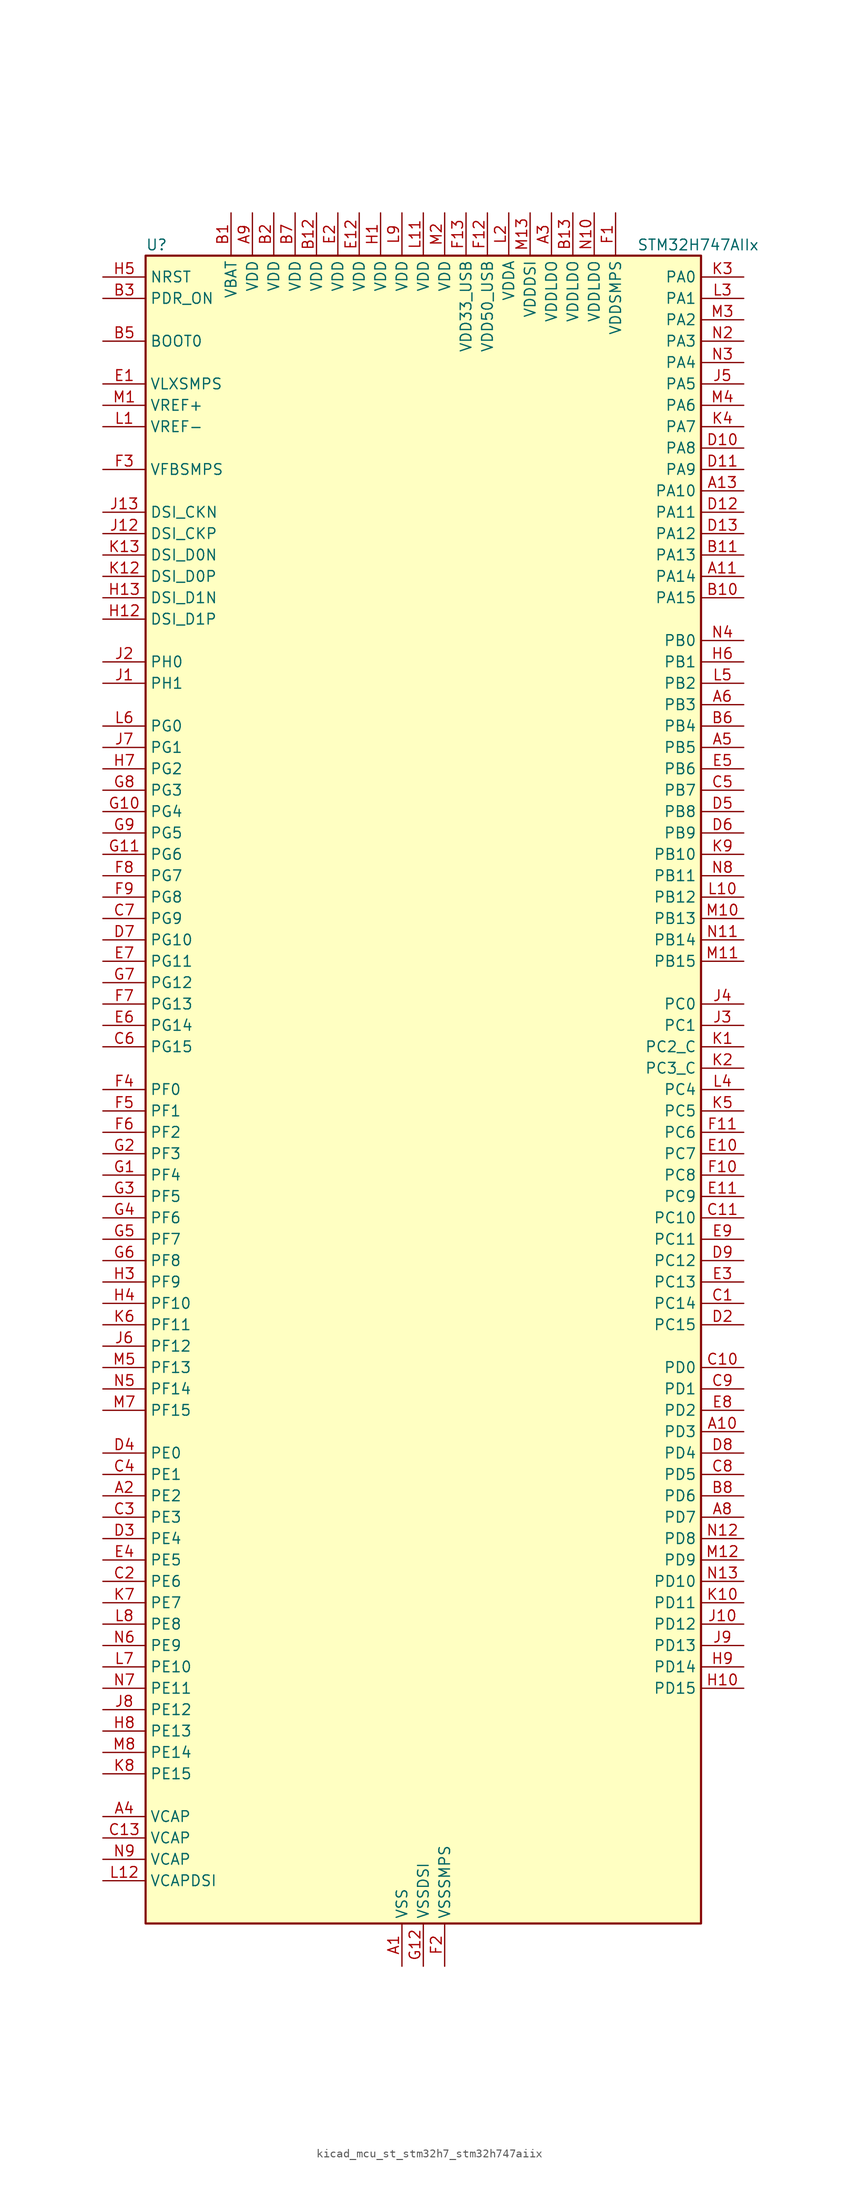
<source format=kicad_sym>
(kicad_symbol_lib
  (version 20220914)
  (generator kicad_symbol_editor)
  (symbol "kicad_mcu_st_stm32h7_stm32h747aiix"
    (property "Reference" "U"
      (at -33.02 100.33 0)
      (effects (font (size 1.27 1.27)) (justify left)))
    (property "Value" "STM32H747AIIx"
      (at 25.4 100.33 0)
      (effects (font (size 1.27 1.27)) (justify left)))
    (property "ki_locked" ""
      (at 0 0 0)
      (effects (font (size 1.27 1.27))))
    (symbol "kicad_mcu_st_stm32h7_stm32h747aiix_0_1"
      (rectangle (start -33.02 -99.06) (end 33.02 99.06) (stroke (width 0.254) (type default)) (fill (type background))))
    (symbol "kicad_mcu_st_stm32h7_stm32h747aiix_1_1"
      (pin power_in line (at -2.54 -104.14 90) (length 5.08) (name "VSS" (effects (font (size 1.27 1.27)))) (number "A1" (effects (font (size 1.27 1.27)))))
      (pin bidirectional line (at 38.1 -40.64 180) (length 5.08) (name "PD3" (effects (font (size 1.27 1.27)))) (number "A10" (effects (font (size 1.27 1.27)))) (alternate "DCMI_D5" bidirectional line) (alternate "DFSDM1_CKOUT" bidirectional line) (alternate "FMC_CLK" bidirectional line) (alternate "I2S2_CK" bidirectional line) (alternate "LTDC_G7" bidirectional line) (alternate "SPI2_SCK" bidirectional line) (alternate "USART2_CTS" bidirectional line) (alternate "USART2_NSS" bidirectional line))
      (pin bidirectional line (at 38.1 60.96 180) (length 5.08) (name "PA14" (effects (font (size 1.27 1.27)))) (number "A11" (effects (font (size 1.27 1.27)))) (alternate "DEBUG_JTCK-SWCLK" bidirectional line))
      (pin passive line (at -2.54 -104.14 90) (length 5.08) hide (name "VSS" (effects (font (size 1.27 1.27)))) (number "A12" (effects (font (size 1.27 1.27)))))
      (pin bidirectional line (at 38.1 71.12 180) (length 5.08) (name "PA10" (effects (font (size 1.27 1.27)))) (number "A13" (effects (font (size 1.27 1.27)))) (alternate "DCMI_D1" bidirectional line) (alternate "HRTIM_CHC2" bidirectional line) (alternate "LPUART1_RX" bidirectional line) (alternate "LTDC_B1" bidirectional line) (alternate "LTDC_B4" bidirectional line) (alternate "MDIOS_MDIO" bidirectional line) (alternate "TIM1_CH3" bidirectional line) (alternate "USART1_RX" bidirectional line) (alternate "USB_OTG_FS_ID" bidirectional line))
      (pin bidirectional line (at -38.1 -48.26 0) (length 5.08) (name "PE2" (effects (font (size 1.27 1.27)))) (number "A2" (effects (font (size 1.27 1.27)))) (alternate "DEBUG_TRACECLK" bidirectional line) (alternate "ETH_TXD3" bidirectional line) (alternate "FMC_A23" bidirectional line) (alternate "QUADSPI_BK1_IO2" bidirectional line) (alternate "SAI1_CK1" bidirectional line) (alternate "SAI1_MCLK_A" bidirectional line) (alternate "SAI4_CK1" bidirectional line) (alternate "SAI4_MCLK_A" bidirectional line) (alternate "SPI4_SCK" bidirectional line))
      (pin power_in line (at 15.24 104.14 270) (length 5.08) (name "VDDLDO" (effects (font (size 1.27 1.27)))) (number "A3" (effects (font (size 1.27 1.27)))))
      (pin power_out line (at -38.1 -86.36 0) (length 5.08) (name "VCAP" (effects (font (size 1.27 1.27)))) (number "A4" (effects (font (size 1.27 1.27)))))
      (pin bidirectional line (at 38.1 40.64 180) (length 5.08) (name "PB5" (effects (font (size 1.27 1.27)))) (number "A5" (effects (font (size 1.27 1.27)))) (alternate "DCMI_D10" bidirectional line) (alternate "ETH_PPS_OUT" bidirectional line) (alternate "FDCAN2_RX" bidirectional line) (alternate "FMC_SDCKE1" bidirectional line) (alternate "HRTIM_EEV7" bidirectional line) (alternate "I2C1_SMBA" bidirectional line) (alternate "I2C4_SMBA" bidirectional line) (alternate "I2S1_SDO" bidirectional line) (alternate "I2S3_SDO" bidirectional line) (alternate "SPI1_MOSI" bidirectional line) (alternate "SPI3_MOSI" bidirectional line) (alternate "SPI6_MOSI" bidirectional line) (alternate "TIM17_BKIN" bidirectional line) (alternate "TIM3_CH2" bidirectional line) (alternate "UART5_RX" bidirectional line) (alternate "USB_OTG_HS_ULPI_D7" bidirectional line))
      (pin bidirectional line (at 38.1 45.72 180) (length 5.08) (name "PB3" (effects (font (size 1.27 1.27)))) (number "A6" (effects (font (size 1.27 1.27)))) (alternate "CRS_SYNC" bidirectional line) (alternate "DEBUG_JTDO-SWO" bidirectional line) (alternate "HRTIM_FLT4" bidirectional line) (alternate "I2S1_CK" bidirectional line) (alternate "I2S3_CK" bidirectional line) (alternate "SDMMC2_D2" bidirectional line) (alternate "SPI1_SCK" bidirectional line) (alternate "SPI3_SCK" bidirectional line) (alternate "SPI6_SCK" bidirectional line) (alternate "TIM2_CH2" bidirectional line) (alternate "UART7_RX" bidirectional line))
      (pin passive line (at -2.54 -104.14 90) (length 5.08) hide (name "VSS" (effects (font (size 1.27 1.27)))) (number "A7" (effects (font (size 1.27 1.27)))))
      (pin bidirectional line (at 38.1 -50.8 180) (length 5.08) (name "PD7" (effects (font (size 1.27 1.27)))) (number "A8" (effects (font (size 1.27 1.27)))) (alternate "DFSDM1_CKIN1" bidirectional line) (alternate "DFSDM1_DATIN4" bidirectional line) (alternate "FMC_NE1" bidirectional line) (alternate "I2S1_SDO" bidirectional line) (alternate "SDMMC2_CMD" bidirectional line) (alternate "SPDIFRX1_IN0" bidirectional line) (alternate "SPI1_MOSI" bidirectional line) (alternate "USART2_CK" bidirectional line))
      (pin power_in line (at -20.32 104.14 270) (length 5.08) (name "VDD" (effects (font (size 1.27 1.27)))) (number "A9" (effects (font (size 1.27 1.27)))))
      (pin power_in line (at -22.86 104.14 270) (length 5.08) (name "VBAT" (effects (font (size 1.27 1.27)))) (number "B1" (effects (font (size 1.27 1.27)))))
      (pin bidirectional line (at 38.1 58.42 180) (length 5.08) (name "PA15" (effects (font (size 1.27 1.27)))) (number "B10" (effects (font (size 1.27 1.27)))) (alternate "ADC1_EXTI15" bidirectional line) (alternate "ADC2_EXTI15" bidirectional line) (alternate "ADC3_EXTI15" bidirectional line) (alternate "CEC" bidirectional line) (alternate "DEBUG_JTDI" bidirectional line) (alternate "DSIHOST_TE" bidirectional line) (alternate "HRTIM_FLT1" bidirectional line) (alternate "I2S1_WS" bidirectional line) (alternate "I2S3_WS" bidirectional line) (alternate "SPI1_NSS" bidirectional line) (alternate "SPI3_NSS" bidirectional line) (alternate "SPI6_NSS" bidirectional line) (alternate "TIM2_CH1" bidirectional line) (alternate "TIM2_ETR" bidirectional line) (alternate "UART4_DE" bidirectional line) (alternate "UART4_RTS" bidirectional line) (alternate "UART7_TX" bidirectional line))
      (pin bidirectional line (at 38.1 63.5 180) (length 5.08) (name "PA13" (effects (font (size 1.27 1.27)))) (number "B11" (effects (font (size 1.27 1.27)))) (alternate "DEBUG_JTMS-SWDIO" bidirectional line))
      (pin power_in line (at -12.7 104.14 270) (length 5.08) (name "VDD" (effects (font (size 1.27 1.27)))) (number "B12" (effects (font (size 1.27 1.27)))))
      (pin power_in line (at 17.78 104.14 270) (length 5.08) (name "VDDLDO" (effects (font (size 1.27 1.27)))) (number "B13" (effects (font (size 1.27 1.27)))))
      (pin power_in line (at -17.78 104.14 270) (length 5.08) (name "VDD" (effects (font (size 1.27 1.27)))) (number "B2" (effects (font (size 1.27 1.27)))))
      (pin input line (at -38.1 93.98 0) (length 5.08) (name "PDR_ON" (effects (font (size 1.27 1.27)))) (number "B3" (effects (font (size 1.27 1.27)))))
      (pin passive line (at -2.54 -104.14 90) (length 5.08) hide (name "VSS" (effects (font (size 1.27 1.27)))) (number "B4" (effects (font (size 1.27 1.27)))))
      (pin input line (at -38.1 88.9 0) (length 5.08) (name "BOOT0" (effects (font (size 1.27 1.27)))) (number "B5" (effects (font (size 1.27 1.27)))))
      (pin bidirectional line (at 38.1 43.18 180) (length 5.08) (name "PB4" (effects (font (size 1.27 1.27)))) (number "B6" (effects (font (size 1.27 1.27)))) (alternate "DEBUG_JTRST" bidirectional line) (alternate "HRTIM_EEV6" bidirectional line) (alternate "I2S1_SDI" bidirectional line) (alternate "I2S2_WS" bidirectional line) (alternate "I2S3_SDI" bidirectional line) (alternate "SDMMC2_D3" bidirectional line) (alternate "SPI1_MISO" bidirectional line) (alternate "SPI2_NSS" bidirectional line) (alternate "SPI3_MISO" bidirectional line) (alternate "SPI6_MISO" bidirectional line) (alternate "TIM16_BKIN" bidirectional line) (alternate "TIM3_CH1" bidirectional line) (alternate "UART7_TX" bidirectional line))
      (pin power_in line (at -15.24 104.14 270) (length 5.08) (name "VDD" (effects (font (size 1.27 1.27)))) (number "B7" (effects (font (size 1.27 1.27)))))
      (pin bidirectional line (at 38.1 -48.26 180) (length 5.08) (name "PD6" (effects (font (size 1.27 1.27)))) (number "B8" (effects (font (size 1.27 1.27)))) (alternate "DCMI_D10" bidirectional line) (alternate "DFSDM1_CKIN4" bidirectional line) (alternate "DFSDM1_DATIN1" bidirectional line) (alternate "FMC_NWAIT" bidirectional line) (alternate "I2S3_SDO" bidirectional line) (alternate "LTDC_B2" bidirectional line) (alternate "SAI1_D1" bidirectional line) (alternate "SAI1_SD_A" bidirectional line) (alternate "SAI4_D1" bidirectional line) (alternate "SAI4_SD_A" bidirectional line) (alternate "SDMMC2_CK" bidirectional line) (alternate "SPI3_MOSI" bidirectional line) (alternate "USART2_RX" bidirectional line))
      (pin passive line (at -2.54 -104.14 90) (length 5.08) hide (name "VSS" (effects (font (size 1.27 1.27)))) (number "B9" (effects (font (size 1.27 1.27)))))
      (pin bidirectional line (at 38.1 -25.4 180) (length 5.08) (name "PC14" (effects (font (size 1.27 1.27)))) (number "C1" (effects (font (size 1.27 1.27)))) (alternate "RCC_OSC32_IN" bidirectional line))
      (pin bidirectional line (at 38.1 -33.02 180) (length 5.08) (name "PD0" (effects (font (size 1.27 1.27)))) (number "C10" (effects (font (size 1.27 1.27)))) (alternate "DFSDM1_CKIN6" bidirectional line) (alternate "FDCAN1_RX" bidirectional line) (alternate "FMC_D2" bidirectional line) (alternate "FMC_DA2" bidirectional line) (alternate "SAI3_SCK_A" bidirectional line) (alternate "UART4_RX" bidirectional line))
      (pin bidirectional line (at 38.1 -15.24 180) (length 5.08) (name "PC10" (effects (font (size 1.27 1.27)))) (number "C11" (effects (font (size 1.27 1.27)))) (alternate "DCMI_D8" bidirectional line) (alternate "DFSDM1_CKIN5" bidirectional line) (alternate "HRTIM_EEV1" bidirectional line) (alternate "I2S3_CK" bidirectional line) (alternate "LTDC_R2" bidirectional line) (alternate "QUADSPI_BK1_IO1" bidirectional line) (alternate "SDMMC1_D2" bidirectional line) (alternate "SPI3_SCK" bidirectional line) (alternate "UART4_TX" bidirectional line) (alternate "USART3_TX" bidirectional line))
      (pin passive line (at -2.54 -104.14 90) (length 5.08) hide (name "VSS" (effects (font (size 1.27 1.27)))) (number "C12" (effects (font (size 1.27 1.27)))))
      (pin power_out line (at -38.1 -88.9 0) (length 5.08) (name "VCAP" (effects (font (size 1.27 1.27)))) (number "C13" (effects (font (size 1.27 1.27)))))
      (pin bidirectional line (at -38.1 -58.42 0) (length 5.08) (name "PE6" (effects (font (size 1.27 1.27)))) (number "C2" (effects (font (size 1.27 1.27)))) (alternate "DCMI_D7" bidirectional line) (alternate "DEBUG_TRACED3" bidirectional line) (alternate "FMC_A22" bidirectional line) (alternate "LTDC_G1" bidirectional line) (alternate "SAI1_D1" bidirectional line) (alternate "SAI1_SD_A" bidirectional line) (alternate "SAI2_MCLK_B" bidirectional line) (alternate "SAI4_D1" bidirectional line) (alternate "SAI4_SD_A" bidirectional line) (alternate "SPI4_MOSI" bidirectional line) (alternate "TIM15_CH2" bidirectional line) (alternate "TIM1_BKIN2" bidirectional line) (alternate "TIM1_BKIN2_COMP1" bidirectional line) (alternate "TIM1_BKIN2_COMP2" bidirectional line))
      (pin bidirectional line (at -38.1 -50.8 0) (length 5.08) (name "PE3" (effects (font (size 1.27 1.27)))) (number "C3" (effects (font (size 1.27 1.27)))) (alternate "DEBUG_TRACED0" bidirectional line) (alternate "FMC_A19" bidirectional line) (alternate "SAI1_SD_B" bidirectional line) (alternate "SAI4_SD_B" bidirectional line) (alternate "TIM15_BKIN" bidirectional line))
      (pin bidirectional line (at -38.1 -45.72 0) (length 5.08) (name "PE1" (effects (font (size 1.27 1.27)))) (number "C4" (effects (font (size 1.27 1.27)))) (alternate "DCMI_D3" bidirectional line) (alternate "FMC_NBL1" bidirectional line) (alternate "HRTIM_SCOUT" bidirectional line) (alternate "LPTIM1_IN2" bidirectional line) (alternate "UART8_TX" bidirectional line))
      (pin bidirectional line (at 38.1 35.56 180) (length 5.08) (name "PB7" (effects (font (size 1.27 1.27)))) (number "C5" (effects (font (size 1.27 1.27)))) (alternate "DCMI_VSYNC" bidirectional line) (alternate "DFSDM1_CKIN5" bidirectional line) (alternate "FMC_NL" bidirectional line) (alternate "HRTIM_EEV9" bidirectional line) (alternate "I2C1_SDA" bidirectional line) (alternate "I2C4_SDA" bidirectional line) (alternate "LPUART1_RX" bidirectional line) (alternate "PWR_PVD_IN" bidirectional line) (alternate "TIM17_CH1N" bidirectional line) (alternate "TIM4_CH2" bidirectional line) (alternate "USART1_RX" bidirectional line))
      (pin bidirectional line (at -38.1 5.08 0) (length 5.08) (name "PG15" (effects (font (size 1.27 1.27)))) (number "C6" (effects (font (size 1.27 1.27)))) (alternate "ADC1_EXTI15" bidirectional line) (alternate "ADC2_EXTI15" bidirectional line) (alternate "ADC3_EXTI15" bidirectional line) (alternate "DCMI_D13" bidirectional line) (alternate "FMC_SDNCAS" bidirectional line) (alternate "USART6_CTS" bidirectional line) (alternate "USART6_NSS" bidirectional line))
      (pin bidirectional line (at -38.1 20.32 0) (length 5.08) (name "PG9" (effects (font (size 1.27 1.27)))) (number "C7" (effects (font (size 1.27 1.27)))) (alternate "DAC1_EXTI9" bidirectional line) (alternate "DCMI_VSYNC" bidirectional line) (alternate "FMC_NCE" bidirectional line) (alternate "FMC_NE2" bidirectional line) (alternate "I2S1_SDI" bidirectional line) (alternate "QUADSPI_BK2_IO2" bidirectional line) (alternate "SAI2_FS_B" bidirectional line) (alternate "SPDIFRX1_IN3" bidirectional line) (alternate "SPI1_MISO" bidirectional line) (alternate "USART6_RX" bidirectional line))
      (pin bidirectional line (at 38.1 -45.72 180) (length 5.08) (name "PD5" (effects (font (size 1.27 1.27)))) (number "C8" (effects (font (size 1.27 1.27)))) (alternate "FMC_NWE" bidirectional line) (alternate "HRTIM_EEV3" bidirectional line) (alternate "USART2_TX" bidirectional line))
      (pin bidirectional line (at 38.1 -35.56 180) (length 5.08) (name "PD1" (effects (font (size 1.27 1.27)))) (number "C9" (effects (font (size 1.27 1.27)))) (alternate "DFSDM1_DATIN6" bidirectional line) (alternate "FDCAN1_TX" bidirectional line) (alternate "FMC_D3" bidirectional line) (alternate "FMC_DA3" bidirectional line) (alternate "SAI3_SD_A" bidirectional line) (alternate "UART4_TX" bidirectional line))
      (pin passive line (at -2.54 -104.14 90) (length 5.08) hide (name "VSS" (effects (font (size 1.27 1.27)))) (number "D1" (effects (font (size 1.27 1.27)))))
      (pin bidirectional line (at 38.1 76.2 180) (length 5.08) (name "PA8" (effects (font (size 1.27 1.27)))) (number "D10" (effects (font (size 1.27 1.27)))) (alternate "HRTIM_CHB2" bidirectional line) (alternate "I2C3_SCL" bidirectional line) (alternate "LTDC_B3" bidirectional line) (alternate "LTDC_R6" bidirectional line) (alternate "RCC_MCO_1" bidirectional line) (alternate "TIM1_CH1" bidirectional line) (alternate "TIM8_BKIN2" bidirectional line) (alternate "TIM8_BKIN2_COMP1" bidirectional line) (alternate "TIM8_BKIN2_COMP2" bidirectional line) (alternate "UART7_RX" bidirectional line) (alternate "USART1_CK" bidirectional line) (alternate "USB_OTG_FS_SOF" bidirectional line))
      (pin bidirectional line (at 38.1 73.66 180) (length 5.08) (name "PA9" (effects (font (size 1.27 1.27)))) (number "D11" (effects (font (size 1.27 1.27)))) (alternate "DAC1_EXTI9" bidirectional line) (alternate "DCMI_D0" bidirectional line) (alternate "HRTIM_CHC1" bidirectional line) (alternate "I2C3_SMBA" bidirectional line) (alternate "I2S2_CK" bidirectional line) (alternate "LPUART1_TX" bidirectional line) (alternate "LTDC_R5" bidirectional line) (alternate "SPI2_SCK" bidirectional line) (alternate "TIM1_CH2" bidirectional line) (alternate "USART1_TX" bidirectional line) (alternate "USB_OTG_FS_VBUS" bidirectional line))
      (pin bidirectional line (at 38.1 68.58 180) (length 5.08) (name "PA11" (effects (font (size 1.27 1.27)))) (number "D12" (effects (font (size 1.27 1.27)))) (alternate "ADC1_EXTI11" bidirectional line) (alternate "ADC2_EXTI11" bidirectional line) (alternate "ADC3_EXTI11" bidirectional line) (alternate "FDCAN1_RX" bidirectional line) (alternate "HRTIM_CHD1" bidirectional line) (alternate "I2S2_WS" bidirectional line) (alternate "LPUART1_CTS" bidirectional line) (alternate "LTDC_R4" bidirectional line) (alternate "SPI2_NSS" bidirectional line) (alternate "TIM1_CH4" bidirectional line) (alternate "UART4_RX" bidirectional line) (alternate "USART1_CTS" bidirectional line) (alternate "USART1_NSS" bidirectional line) (alternate "USB_OTG_FS_DM" bidirectional line))
      (pin bidirectional line (at 38.1 66.04 180) (length 5.08) (name "PA12" (effects (font (size 1.27 1.27)))) (number "D13" (effects (font (size 1.27 1.27)))) (alternate "FDCAN1_TX" bidirectional line) (alternate "HRTIM_CHD2" bidirectional line) (alternate "I2S2_CK" bidirectional line) (alternate "LPUART1_DE" bidirectional line) (alternate "LPUART1_RTS" bidirectional line) (alternate "LTDC_R5" bidirectional line) (alternate "SAI2_FS_B" bidirectional line) (alternate "SPI2_SCK" bidirectional line) (alternate "TIM1_ETR" bidirectional line) (alternate "UART4_TX" bidirectional line) (alternate "USART1_DE" bidirectional line) (alternate "USART1_RTS" bidirectional line) (alternate "USB_OTG_FS_DP" bidirectional line))
      (pin bidirectional line (at 38.1 -27.94 180) (length 5.08) (name "PC15" (effects (font (size 1.27 1.27)))) (number "D2" (effects (font (size 1.27 1.27)))) (alternate "ADC1_EXTI15" bidirectional line) (alternate "ADC2_EXTI15" bidirectional line) (alternate "ADC3_EXTI15" bidirectional line) (alternate "RCC_OSC32_OUT" bidirectional line))
      (pin bidirectional line (at -38.1 -53.34 0) (length 5.08) (name "PE4" (effects (font (size 1.27 1.27)))) (number "D3" (effects (font (size 1.27 1.27)))) (alternate "DCMI_D4" bidirectional line) (alternate "DEBUG_TRACED1" bidirectional line) (alternate "DFSDM1_DATIN3" bidirectional line) (alternate "FMC_A20" bidirectional line) (alternate "LTDC_B0" bidirectional line) (alternate "SAI1_D2" bidirectional line) (alternate "SAI1_FS_A" bidirectional line) (alternate "SAI4_D2" bidirectional line) (alternate "SAI4_FS_A" bidirectional line) (alternate "SPI4_NSS" bidirectional line) (alternate "TIM15_CH1N" bidirectional line))
      (pin bidirectional line (at -38.1 -43.18 0) (length 5.08) (name "PE0" (effects (font (size 1.27 1.27)))) (number "D4" (effects (font (size 1.27 1.27)))) (alternate "DCMI_D2" bidirectional line) (alternate "FMC_NBL0" bidirectional line) (alternate "HRTIM_SCIN" bidirectional line) (alternate "LPTIM1_ETR" bidirectional line) (alternate "LPTIM2_ETR" bidirectional line) (alternate "SAI2_MCLK_A" bidirectional line) (alternate "TIM4_ETR" bidirectional line) (alternate "UART8_RX" bidirectional line))
      (pin bidirectional line (at 38.1 33.02 180) (length 5.08) (name "PB8" (effects (font (size 1.27 1.27)))) (number "D5" (effects (font (size 1.27 1.27)))) (alternate "DCMI_D6" bidirectional line) (alternate "DFSDM1_CKIN7" bidirectional line) (alternate "ETH_TXD3" bidirectional line) (alternate "FDCAN1_RX" bidirectional line) (alternate "I2C1_SCL" bidirectional line) (alternate "I2C4_SCL" bidirectional line) (alternate "LTDC_B6" bidirectional line) (alternate "SDMMC1_CKIN" bidirectional line) (alternate "SDMMC1_D4" bidirectional line) (alternate "SDMMC2_D4" bidirectional line) (alternate "TIM16_CH1" bidirectional line) (alternate "TIM4_CH3" bidirectional line) (alternate "UART4_RX" bidirectional line))
      (pin bidirectional line (at 38.1 30.48 180) (length 5.08) (name "PB9" (effects (font (size 1.27 1.27)))) (number "D6" (effects (font (size 1.27 1.27)))) (alternate "DAC1_EXTI9" bidirectional line) (alternate "DCMI_D7" bidirectional line) (alternate "DFSDM1_DATIN7" bidirectional line) (alternate "FDCAN1_TX" bidirectional line) (alternate "I2C1_SDA" bidirectional line) (alternate "I2C4_SDA" bidirectional line) (alternate "I2C4_SMBA" bidirectional line) (alternate "I2S2_WS" bidirectional line) (alternate "LTDC_B7" bidirectional line) (alternate "SDMMC1_CDIR" bidirectional line) (alternate "SDMMC1_D5" bidirectional line) (alternate "SDMMC2_D5" bidirectional line) (alternate "SPI2_NSS" bidirectional line) (alternate "TIM17_CH1" bidirectional line) (alternate "TIM4_CH4" bidirectional line) (alternate "UART4_TX" bidirectional line))
      (pin bidirectional line (at -38.1 17.78 0) (length 5.08) (name "PG10" (effects (font (size 1.27 1.27)))) (number "D7" (effects (font (size 1.27 1.27)))) (alternate "DCMI_D2" bidirectional line) (alternate "FMC_NE3" bidirectional line) (alternate "HRTIM_FLT5" bidirectional line) (alternate "I2S1_WS" bidirectional line) (alternate "LTDC_B2" bidirectional line) (alternate "LTDC_G3" bidirectional line) (alternate "SAI2_SD_B" bidirectional line) (alternate "SPI1_NSS" bidirectional line))
      (pin bidirectional line (at 38.1 -43.18 180) (length 5.08) (name "PD4" (effects (font (size 1.27 1.27)))) (number "D8" (effects (font (size 1.27 1.27)))) (alternate "FMC_NOE" bidirectional line) (alternate "HRTIM_FLT3" bidirectional line) (alternate "SAI3_FS_A" bidirectional line) (alternate "USART2_DE" bidirectional line) (alternate "USART2_RTS" bidirectional line))
      (pin bidirectional line (at 38.1 -20.32 180) (length 5.08) (name "PC12" (effects (font (size 1.27 1.27)))) (number "D9" (effects (font (size 1.27 1.27)))) (alternate "DCMI_D9" bidirectional line) (alternate "DEBUG_TRACED3" bidirectional line) (alternate "HRTIM_EEV2" bidirectional line) (alternate "I2S3_SDO" bidirectional line) (alternate "SDMMC1_CK" bidirectional line) (alternate "SPI3_MOSI" bidirectional line) (alternate "UART5_TX" bidirectional line) (alternate "USART3_CK" bidirectional line))
      (pin power_in line (at -38.1 83.82 0) (length 5.08) (name "VLXSMPS" (effects (font (size 1.27 1.27)))) (number "E1" (effects (font (size 1.27 1.27)))))
      (pin bidirectional line (at 38.1 -7.62 180) (length 5.08) (name "PC7" (effects (font (size 1.27 1.27)))) (number "E10" (effects (font (size 1.27 1.27)))) (alternate "DCMI_D1" bidirectional line) (alternate "DEBUG_TRGIO" bidirectional line) (alternate "DFSDM1_DATIN3" bidirectional line) (alternate "FMC_NE1" bidirectional line) (alternate "HRTIM_CHA2" bidirectional line) (alternate "I2S3_MCK" bidirectional line) (alternate "LTDC_G6" bidirectional line) (alternate "SDMMC1_D123DIR" bidirectional line) (alternate "SDMMC1_D7" bidirectional line) (alternate "SDMMC2_D7" bidirectional line) (alternate "SWPMI1_TX" bidirectional line) (alternate "TIM3_CH2" bidirectional line) (alternate "TIM8_CH2" bidirectional line) (alternate "USART6_RX" bidirectional line))
      (pin bidirectional line (at 38.1 -12.7 180) (length 5.08) (name "PC9" (effects (font (size 1.27 1.27)))) (number "E11" (effects (font (size 1.27 1.27)))) (alternate "DAC1_EXTI9" bidirectional line) (alternate "DCMI_D3" bidirectional line) (alternate "I2C3_SDA" bidirectional line) (alternate "I2S_CKIN" bidirectional line) (alternate "LTDC_B2" bidirectional line) (alternate "LTDC_G3" bidirectional line) (alternate "QUADSPI_BK1_IO0" bidirectional line) (alternate "RCC_MCO_2" bidirectional line) (alternate "SDMMC1_D1" bidirectional line) (alternate "SWPMI1_SUSPEND" bidirectional line) (alternate "TIM3_CH4" bidirectional line) (alternate "TIM8_CH4" bidirectional line) (alternate "UART5_CTS" bidirectional line))
      (pin power_in line (at -7.62 104.14 270) (length 5.08) (name "VDD" (effects (font (size 1.27 1.27)))) (number "E12" (effects (font (size 1.27 1.27)))))
      (pin passive line (at -2.54 -104.14 90) (length 5.08) hide (name "VSS" (effects (font (size 1.27 1.27)))) (number "E13" (effects (font (size 1.27 1.27)))))
      (pin power_in line (at -10.16 104.14 270) (length 5.08) (name "VDD" (effects (font (size 1.27 1.27)))) (number "E2" (effects (font (size 1.27 1.27)))))
      (pin bidirectional line (at 38.1 -22.86 180) (length 5.08) (name "PC13" (effects (font (size 1.27 1.27)))) (number "E3" (effects (font (size 1.27 1.27)))) (alternate "PWR_WKUP2" bidirectional line) (alternate "RTC_OUT_ALARM" bidirectional line) (alternate "RTC_OUT_CALIB" bidirectional line) (alternate "RTC_TAMP1" bidirectional line) (alternate "RTC_TS" bidirectional line))
      (pin bidirectional line (at -38.1 -55.88 0) (length 5.08) (name "PE5" (effects (font (size 1.27 1.27)))) (number "E4" (effects (font (size 1.27 1.27)))) (alternate "DCMI_D6" bidirectional line) (alternate "DEBUG_TRACED2" bidirectional line) (alternate "DFSDM1_CKIN3" bidirectional line) (alternate "FMC_A21" bidirectional line) (alternate "LTDC_G0" bidirectional line) (alternate "SAI1_CK2" bidirectional line) (alternate "SAI1_SCK_A" bidirectional line) (alternate "SAI4_CK2" bidirectional line) (alternate "SAI4_SCK_A" bidirectional line) (alternate "SPI4_MISO" bidirectional line) (alternate "TIM15_CH1" bidirectional line))
      (pin bidirectional line (at 38.1 38.1 180) (length 5.08) (name "PB6" (effects (font (size 1.27 1.27)))) (number "E5" (effects (font (size 1.27 1.27)))) (alternate "CEC" bidirectional line) (alternate "DCMI_D5" bidirectional line) (alternate "DFSDM1_DATIN5" bidirectional line) (alternate "FDCAN2_TX" bidirectional line) (alternate "FMC_SDNE1" bidirectional line) (alternate "HRTIM_EEV8" bidirectional line) (alternate "I2C1_SCL" bidirectional line) (alternate "I2C4_SCL" bidirectional line) (alternate "LPUART1_TX" bidirectional line) (alternate "QUADSPI_BK1_NCS" bidirectional line) (alternate "TIM16_CH1N" bidirectional line) (alternate "TIM4_CH1" bidirectional line) (alternate "UART5_TX" bidirectional line) (alternate "USART1_TX" bidirectional line))
      (pin bidirectional line (at -38.1 7.62 0) (length 5.08) (name "PG14" (effects (font (size 1.27 1.27)))) (number "E6" (effects (font (size 1.27 1.27)))) (alternate "DEBUG_TRACED1" bidirectional line) (alternate "ETH_TXD1" bidirectional line) (alternate "FMC_A25" bidirectional line) (alternate "LPTIM1_ETR" bidirectional line) (alternate "LTDC_B0" bidirectional line) (alternate "QUADSPI_BK2_IO3" bidirectional line) (alternate "SPI6_MOSI" bidirectional line) (alternate "USART6_TX" bidirectional line))
      (pin bidirectional line (at -38.1 15.24 0) (length 5.08) (name "PG11" (effects (font (size 1.27 1.27)))) (number "E7" (effects (font (size 1.27 1.27)))) (alternate "ADC1_EXTI11" bidirectional line) (alternate "ADC2_EXTI11" bidirectional line) (alternate "ADC3_EXTI11" bidirectional line) (alternate "DCMI_D3" bidirectional line) (alternate "ETH_TX_EN" bidirectional line) (alternate "HRTIM_EEV4" bidirectional line) (alternate "I2S1_CK" bidirectional line) (alternate "LPTIM1_IN2" bidirectional line) (alternate "LTDC_B3" bidirectional line) (alternate "SDMMC2_D2" bidirectional line) (alternate "SPDIFRX1_IN0" bidirectional line) (alternate "SPI1_SCK" bidirectional line))
      (pin bidirectional line (at 38.1 -38.1 180) (length 5.08) (name "PD2" (effects (font (size 1.27 1.27)))) (number "E8" (effects (font (size 1.27 1.27)))) (alternate "DCMI_D11" bidirectional line) (alternate "DEBUG_TRACED2" bidirectional line) (alternate "SDMMC1_CMD" bidirectional line) (alternate "TIM3_ETR" bidirectional line) (alternate "UART5_RX" bidirectional line))
      (pin bidirectional line (at 38.1 -17.78 180) (length 5.08) (name "PC11" (effects (font (size 1.27 1.27)))) (number "E9" (effects (font (size 1.27 1.27)))) (alternate "ADC1_EXTI11" bidirectional line) (alternate "ADC2_EXTI11" bidirectional line) (alternate "ADC3_EXTI11" bidirectional line) (alternate "DCMI_D4" bidirectional line) (alternate "DFSDM1_DATIN5" bidirectional line) (alternate "HRTIM_FLT2" bidirectional line) (alternate "I2S3_SDI" bidirectional line) (alternate "QUADSPI_BK2_NCS" bidirectional line) (alternate "SDMMC1_D3" bidirectional line) (alternate "SPI3_MISO" bidirectional line) (alternate "UART4_RX" bidirectional line) (alternate "USART3_RX" bidirectional line))
      (pin power_in line (at 22.86 104.14 270) (length 5.08) (name "VDDSMPS" (effects (font (size 1.27 1.27)))) (number "F1" (effects (font (size 1.27 1.27)))))
      (pin bidirectional line (at 38.1 -10.16 180) (length 5.08) (name "PC8" (effects (font (size 1.27 1.27)))) (number "F10" (effects (font (size 1.27 1.27)))) (alternate "DCMI_D2" bidirectional line) (alternate "DEBUG_TRACED1" bidirectional line) (alternate "FMC_NCE" bidirectional line) (alternate "FMC_NE2" bidirectional line) (alternate "HRTIM_CHB1" bidirectional line) (alternate "SDMMC1_D0" bidirectional line) (alternate "SWPMI1_RX" bidirectional line) (alternate "TIM3_CH3" bidirectional line) (alternate "TIM8_CH3" bidirectional line) (alternate "UART5_DE" bidirectional line) (alternate "UART5_RTS" bidirectional line) (alternate "USART6_CK" bidirectional line))
      (pin bidirectional line (at 38.1 -5.08 180) (length 5.08) (name "PC6" (effects (font (size 1.27 1.27)))) (number "F11" (effects (font (size 1.27 1.27)))) (alternate "DCMI_D0" bidirectional line) (alternate "DFSDM1_CKIN3" bidirectional line) (alternate "FMC_NWAIT" bidirectional line) (alternate "HRTIM_CHA1" bidirectional line) (alternate "I2S2_MCK" bidirectional line) (alternate "LTDC_HSYNC" bidirectional line) (alternate "SDMMC1_D0DIR" bidirectional line) (alternate "SDMMC1_D6" bidirectional line) (alternate "SDMMC2_D6" bidirectional line) (alternate "SWPMI1_IO" bidirectional line) (alternate "TIM3_CH1" bidirectional line) (alternate "TIM8_CH1" bidirectional line) (alternate "USART6_TX" bidirectional line))
      (pin power_in line (at 7.62 104.14 270) (length 5.08) (name "VDD50_USB" (effects (font (size 1.27 1.27)))) (number "F12" (effects (font (size 1.27 1.27)))))
      (pin power_in line (at 5.08 104.14 270) (length 5.08) (name "VDD33_USB" (effects (font (size 1.27 1.27)))) (number "F13" (effects (font (size 1.27 1.27)))))
      (pin power_in line (at 2.54 -104.14 90) (length 5.08) (name "VSSSMPS" (effects (font (size 1.27 1.27)))) (number "F2" (effects (font (size 1.27 1.27)))))
      (pin input line (at -38.1 73.66 0) (length 5.08) (name "VFBSMPS" (effects (font (size 1.27 1.27)))) (number "F3" (effects (font (size 1.27 1.27)))))
      (pin bidirectional line (at -38.1 0 0) (length 5.08) (name "PF0" (effects (font (size 1.27 1.27)))) (number "F4" (effects (font (size 1.27 1.27)))) (alternate "FMC_A0" bidirectional line) (alternate "I2C2_SDA" bidirectional line))
      (pin bidirectional line (at -38.1 -2.54 0) (length 5.08) (name "PF1" (effects (font (size 1.27 1.27)))) (number "F5" (effects (font (size 1.27 1.27)))) (alternate "FMC_A1" bidirectional line) (alternate "I2C2_SCL" bidirectional line))
      (pin bidirectional line (at -38.1 -5.08 0) (length 5.08) (name "PF2" (effects (font (size 1.27 1.27)))) (number "F6" (effects (font (size 1.27 1.27)))) (alternate "FMC_A2" bidirectional line) (alternate "I2C2_SMBA" bidirectional line))
      (pin bidirectional line (at -38.1 10.16 0) (length 5.08) (name "PG13" (effects (font (size 1.27 1.27)))) (number "F7" (effects (font (size 1.27 1.27)))) (alternate "DEBUG_TRACED0" bidirectional line) (alternate "ETH_TXD0" bidirectional line) (alternate "FMC_A24" bidirectional line) (alternate "HRTIM_EEV10" bidirectional line) (alternate "LPTIM1_OUT" bidirectional line) (alternate "LTDC_R0" bidirectional line) (alternate "SPI6_SCK" bidirectional line) (alternate "USART6_CTS" bidirectional line) (alternate "USART6_NSS" bidirectional line))
      (pin bidirectional line (at -38.1 25.4 0) (length 5.08) (name "PG7" (effects (font (size 1.27 1.27)))) (number "F8" (effects (font (size 1.27 1.27)))) (alternate "DCMI_D13" bidirectional line) (alternate "FMC_INT" bidirectional line) (alternate "HRTIM_CHE2" bidirectional line) (alternate "LTDC_CLK" bidirectional line) (alternate "SAI1_MCLK_A" bidirectional line) (alternate "USART6_CK" bidirectional line))
      (pin bidirectional line (at -38.1 22.86 0) (length 5.08) (name "PG8" (effects (font (size 1.27 1.27)))) (number "F9" (effects (font (size 1.27 1.27)))) (alternate "ETH_PPS_OUT" bidirectional line) (alternate "FMC_SDCLK" bidirectional line) (alternate "LTDC_G7" bidirectional line) (alternate "SPDIFRX1_IN2" bidirectional line) (alternate "SPI6_NSS" bidirectional line) (alternate "TIM8_ETR" bidirectional line) (alternate "USART6_DE" bidirectional line) (alternate "USART6_RTS" bidirectional line))
      (pin bidirectional line (at -38.1 -10.16 0) (length 5.08) (name "PF4" (effects (font (size 1.27 1.27)))) (number "G1" (effects (font (size 1.27 1.27)))) (alternate "ADC3_INN5" bidirectional line) (alternate "ADC3_INP9" bidirectional line) (alternate "FMC_A4" bidirectional line))
      (pin bidirectional line (at -38.1 33.02 0) (length 5.08) (name "PG4" (effects (font (size 1.27 1.27)))) (number "G10" (effects (font (size 1.27 1.27)))) (alternate "FMC_A14" bidirectional line) (alternate "FMC_BA0" bidirectional line) (alternate "TIM1_BKIN2" bidirectional line) (alternate "TIM1_BKIN2_COMP1" bidirectional line) (alternate "TIM1_BKIN2_COMP2" bidirectional line))
      (pin bidirectional line (at -38.1 27.94 0) (length 5.08) (name "PG6" (effects (font (size 1.27 1.27)))) (number "G11" (effects (font (size 1.27 1.27)))) (alternate "DCMI_D12" bidirectional line) (alternate "FMC_NE3" bidirectional line) (alternate "HRTIM_CHE1" bidirectional line) (alternate "LTDC_R7" bidirectional line) (alternate "QUADSPI_BK1_NCS" bidirectional line) (alternate "TIM17_BKIN" bidirectional line))
      (pin power_in line (at 0 -104.14 90) (length 5.08) (name "VSSDSI" (effects (font (size 1.27 1.27)))) (number "G12" (effects (font (size 1.27 1.27)))))
      (pin passive line (at 0 -104.14 90) (length 5.08) hide (name "VSSDSI" (effects (font (size 1.27 1.27)))) (number "G13" (effects (font (size 1.27 1.27)))))
      (pin bidirectional line (at -38.1 -7.62 0) (length 5.08) (name "PF3" (effects (font (size 1.27 1.27)))) (number "G2" (effects (font (size 1.27 1.27)))) (alternate "ADC3_INP5" bidirectional line) (alternate "FMC_A3" bidirectional line))
      (pin bidirectional line (at -38.1 -12.7 0) (length 5.08) (name "PF5" (effects (font (size 1.27 1.27)))) (number "G3" (effects (font (size 1.27 1.27)))) (alternate "ADC3_INP4" bidirectional line) (alternate "FMC_A5" bidirectional line))
      (pin bidirectional line (at -38.1 -15.24 0) (length 5.08) (name "PF6" (effects (font (size 1.27 1.27)))) (number "G4" (effects (font (size 1.27 1.27)))) (alternate "ADC3_INN4" bidirectional line) (alternate "ADC3_INP8" bidirectional line) (alternate "QUADSPI_BK1_IO3" bidirectional line) (alternate "SAI1_SD_B" bidirectional line) (alternate "SAI4_SD_B" bidirectional line) (alternate "SPI5_NSS" bidirectional line) (alternate "TIM16_CH1" bidirectional line) (alternate "UART7_RX" bidirectional line))
      (pin bidirectional line (at -38.1 -17.78 0) (length 5.08) (name "PF7" (effects (font (size 1.27 1.27)))) (number "G5" (effects (font (size 1.27 1.27)))) (alternate "ADC3_INP3" bidirectional line) (alternate "QUADSPI_BK1_IO2" bidirectional line) (alternate "SAI1_MCLK_B" bidirectional line) (alternate "SAI4_MCLK_B" bidirectional line) (alternate "SPI5_SCK" bidirectional line) (alternate "TIM17_CH1" bidirectional line) (alternate "UART7_TX" bidirectional line))
      (pin bidirectional line (at -38.1 -20.32 0) (length 5.08) (name "PF8" (effects (font (size 1.27 1.27)))) (number "G6" (effects (font (size 1.27 1.27)))) (alternate "ADC3_INN3" bidirectional line) (alternate "ADC3_INP7" bidirectional line) (alternate "QUADSPI_BK1_IO0" bidirectional line) (alternate "SAI1_SCK_B" bidirectional line) (alternate "SAI4_SCK_B" bidirectional line) (alternate "SPI5_MISO" bidirectional line) (alternate "TIM13_CH1" bidirectional line) (alternate "TIM16_CH1N" bidirectional line) (alternate "UART7_DE" bidirectional line) (alternate "UART7_RTS" bidirectional line))
      (pin bidirectional line (at -38.1 12.7 0) (length 5.08) (name "PG12" (effects (font (size 1.27 1.27)))) (number "G7" (effects (font (size 1.27 1.27)))) (alternate "ETH_TXD1" bidirectional line) (alternate "FMC_NE4" bidirectional line) (alternate "HRTIM_EEV5" bidirectional line) (alternate "LPTIM1_IN1" bidirectional line) (alternate "LTDC_B1" bidirectional line) (alternate "LTDC_B4" bidirectional line) (alternate "SPDIFRX1_IN1" bidirectional line) (alternate "SPI6_MISO" bidirectional line) (alternate "USART6_DE" bidirectional line) (alternate "USART6_RTS" bidirectional line))
      (pin bidirectional line (at -38.1 35.56 0) (length 5.08) (name "PG3" (effects (font (size 1.27 1.27)))) (number "G8" (effects (font (size 1.27 1.27)))) (alternate "FMC_A13" bidirectional line) (alternate "TIM8_BKIN2" bidirectional line) (alternate "TIM8_BKIN2_COMP1" bidirectional line) (alternate "TIM8_BKIN2_COMP2" bidirectional line))
      (pin bidirectional line (at -38.1 30.48 0) (length 5.08) (name "PG5" (effects (font (size 1.27 1.27)))) (number "G9" (effects (font (size 1.27 1.27)))) (alternate "FMC_A15" bidirectional line) (alternate "FMC_BA1" bidirectional line) (alternate "TIM1_ETR" bidirectional line))
      (pin power_in line (at -5.08 104.14 270) (length 5.08) (name "VDD" (effects (font (size 1.27 1.27)))) (number "H1" (effects (font (size 1.27 1.27)))))
      (pin bidirectional line (at 38.1 -71.12 180) (length 5.08) (name "PD15" (effects (font (size 1.27 1.27)))) (number "H10" (effects (font (size 1.27 1.27)))) (alternate "ADC1_EXTI15" bidirectional line) (alternate "ADC2_EXTI15" bidirectional line) (alternate "ADC3_EXTI15" bidirectional line) (alternate "FMC_D1" bidirectional line) (alternate "FMC_DA1" bidirectional line) (alternate "SAI3_MCLK_A" bidirectional line) (alternate "TIM4_CH4" bidirectional line) (alternate "UART8_DE" bidirectional line) (alternate "UART8_RTS" bidirectional line))
      (pin passive line (at -2.54 -104.14 90) (length 5.08) hide (name "VSS" (effects (font (size 1.27 1.27)))) (number "H11" (effects (font (size 1.27 1.27)))))
      (pin bidirectional line (at -38.1 55.88 0) (length 5.08) (name "DSI_D1P" (effects (font (size 1.27 1.27)))) (number "H12" (effects (font (size 1.27 1.27)))) (alternate "DSIHOST_D1P" bidirectional line))
      (pin bidirectional line (at -38.1 58.42 0) (length 5.08) (name "DSI_D1N" (effects (font (size 1.27 1.27)))) (number "H13" (effects (font (size 1.27 1.27)))) (alternate "DSIHOST_D1N" bidirectional line))
      (pin passive line (at -2.54 -104.14 90) (length 5.08) hide (name "VSS" (effects (font (size 1.27 1.27)))) (number "H2" (effects (font (size 1.27 1.27)))))
      (pin bidirectional line (at -38.1 -22.86 0) (length 5.08) (name "PF9" (effects (font (size 1.27 1.27)))) (number "H3" (effects (font (size 1.27 1.27)))) (alternate "ADC3_INP2" bidirectional line) (alternate "DAC1_EXTI9" bidirectional line) (alternate "QUADSPI_BK1_IO1" bidirectional line) (alternate "SAI1_FS_B" bidirectional line) (alternate "SAI4_FS_B" bidirectional line) (alternate "SPI5_MOSI" bidirectional line) (alternate "TIM14_CH1" bidirectional line) (alternate "TIM17_CH1N" bidirectional line) (alternate "UART7_CTS" bidirectional line))
      (pin bidirectional line (at -38.1 -25.4 0) (length 5.08) (name "PF10" (effects (font (size 1.27 1.27)))) (number "H4" (effects (font (size 1.27 1.27)))) (alternate "ADC3_INN2" bidirectional line) (alternate "ADC3_INP6" bidirectional line) (alternate "DCMI_D11" bidirectional line) (alternate "LTDC_DE" bidirectional line) (alternate "QUADSPI_CLK" bidirectional line) (alternate "SAI1_D3" bidirectional line) (alternate "SAI4_D3" bidirectional line) (alternate "TIM16_BKIN" bidirectional line))
      (pin input line (at -38.1 96.52 0) (length 5.08) (name "NRST" (effects (font (size 1.27 1.27)))) (number "H5" (effects (font (size 1.27 1.27)))))
      (pin bidirectional line (at 38.1 50.8 180) (length 5.08) (name "PB1" (effects (font (size 1.27 1.27)))) (number "H6" (effects (font (size 1.27 1.27)))) (alternate "ADC1_INP5" bidirectional line) (alternate "ADC2_INP5" bidirectional line) (alternate "COMP1_INM" bidirectional line) (alternate "DFSDM1_DATIN1" bidirectional line) (alternate "ETH_RXD3" bidirectional line) (alternate "LTDC_G0" bidirectional line) (alternate "LTDC_R6" bidirectional line) (alternate "TIM1_CH3N" bidirectional line) (alternate "TIM3_CH4" bidirectional line) (alternate "TIM8_CH3N" bidirectional line) (alternate "USB_OTG_HS_ULPI_D2" bidirectional line))
      (pin bidirectional line (at -38.1 38.1 0) (length 5.08) (name "PG2" (effects (font (size 1.27 1.27)))) (number "H7" (effects (font (size 1.27 1.27)))) (alternate "FMC_A12" bidirectional line) (alternate "TIM8_BKIN" bidirectional line) (alternate "TIM8_BKIN_COMP1" bidirectional line) (alternate "TIM8_BKIN_COMP2" bidirectional line))
      (pin bidirectional line (at -38.1 -76.2 0) (length 5.08) (name "PE13" (effects (font (size 1.27 1.27)))) (number "H8" (effects (font (size 1.27 1.27)))) (alternate "COMP2_OUT" bidirectional line) (alternate "DFSDM1_CKIN5" bidirectional line) (alternate "FMC_D10" bidirectional line) (alternate "FMC_DA10" bidirectional line) (alternate "LTDC_DE" bidirectional line) (alternate "SAI2_FS_B" bidirectional line) (alternate "SPI4_MISO" bidirectional line) (alternate "TIM1_CH3" bidirectional line))
      (pin bidirectional line (at 38.1 -68.58 180) (length 5.08) (name "PD14" (effects (font (size 1.27 1.27)))) (number "H9" (effects (font (size 1.27 1.27)))) (alternate "FMC_D0" bidirectional line) (alternate "FMC_DA0" bidirectional line) (alternate "SAI3_MCLK_B" bidirectional line) (alternate "TIM4_CH3" bidirectional line) (alternate "UART8_CTS" bidirectional line))
      (pin bidirectional line (at -38.1 48.26 0) (length 5.08) (name "PH1" (effects (font (size 1.27 1.27)))) (number "J1" (effects (font (size 1.27 1.27)))) (alternate "RCC_OSC_OUT" bidirectional line))
      (pin bidirectional line (at 38.1 -63.5 180) (length 5.08) (name "PD12" (effects (font (size 1.27 1.27)))) (number "J10" (effects (font (size 1.27 1.27)))) (alternate "FMC_A17" bidirectional line) (alternate "FMC_ALE" bidirectional line) (alternate "I2C4_SCL" bidirectional line) (alternate "LPTIM1_IN1" bidirectional line) (alternate "LPTIM2_IN1" bidirectional line) (alternate "QUADSPI_BK1_IO1" bidirectional line) (alternate "SAI2_FS_A" bidirectional line) (alternate "TIM4_CH1" bidirectional line) (alternate "USART3_DE" bidirectional line) (alternate "USART3_RTS" bidirectional line))
      (pin passive line (at -2.54 -104.14 90) (length 5.08) hide (name "VSS" (effects (font (size 1.27 1.27)))) (number "J11" (effects (font (size 1.27 1.27)))))
      (pin bidirectional line (at -38.1 66.04 0) (length 5.08) (name "DSI_CKP" (effects (font (size 1.27 1.27)))) (number "J12" (effects (font (size 1.27 1.27)))) (alternate "DSIHOST_CKP" bidirectional line))
      (pin bidirectional line (at -38.1 68.58 0) (length 5.08) (name "DSI_CKN" (effects (font (size 1.27 1.27)))) (number "J13" (effects (font (size 1.27 1.27)))) (alternate "DSIHOST_CKN" bidirectional line))
      (pin bidirectional line (at -38.1 50.8 0) (length 5.08) (name "PH0" (effects (font (size 1.27 1.27)))) (number "J2" (effects (font (size 1.27 1.27)))) (alternate "RCC_OSC_IN" bidirectional line))
      (pin bidirectional line (at 38.1 7.62 180) (length 5.08) (name "PC1" (effects (font (size 1.27 1.27)))) (number "J3" (effects (font (size 1.27 1.27)))) (alternate "ADC1_INN10" bidirectional line) (alternate "ADC1_INP11" bidirectional line) (alternate "ADC2_INN10" bidirectional line) (alternate "ADC2_INP11" bidirectional line) (alternate "ADC3_INN10" bidirectional line) (alternate "ADC3_INP11" bidirectional line) (alternate "DEBUG_TRACED0" bidirectional line) (alternate "DFSDM1_CKIN4" bidirectional line) (alternate "DFSDM1_DATIN0" bidirectional line) (alternate "ETH_MDC" bidirectional line) (alternate "I2S2_SDO" bidirectional line) (alternate "MDIOS_MDC" bidirectional line) (alternate "PWR_WKUP5" bidirectional line) (alternate "RTC_TAMP3" bidirectional line) (alternate "SAI1_D1" bidirectional line) (alternate "SAI1_SD_A" bidirectional line) (alternate "SAI4_D1" bidirectional line) (alternate "SAI4_SD_A" bidirectional line) (alternate "SDMMC2_CK" bidirectional line) (alternate "SPI2_MOSI" bidirectional line))
      (pin bidirectional line (at 38.1 10.16 180) (length 5.08) (name "PC0" (effects (font (size 1.27 1.27)))) (number "J4" (effects (font (size 1.27 1.27)))) (alternate "ADC1_INP10" bidirectional line) (alternate "ADC2_INP10" bidirectional line) (alternate "ADC3_INP10" bidirectional line) (alternate "DFSDM1_CKIN0" bidirectional line) (alternate "DFSDM1_DATIN4" bidirectional line) (alternate "FMC_SDNWE" bidirectional line) (alternate "LTDC_R5" bidirectional line) (alternate "SAI2_FS_B" bidirectional line) (alternate "USB_OTG_HS_ULPI_STP" bidirectional line))
      (pin bidirectional line (at 38.1 83.82 180) (length 5.08) (name "PA5" (effects (font (size 1.27 1.27)))) (number "J5" (effects (font (size 1.27 1.27)))) (alternate "ADC1_INN18" bidirectional line) (alternate "ADC1_INP19" bidirectional line) (alternate "ADC2_INN18" bidirectional line) (alternate "ADC2_INP19" bidirectional line) (alternate "DAC1_OUT2" bidirectional line) (alternate "I2S1_CK" bidirectional line) (alternate "LTDC_R4" bidirectional line) (alternate "PWR_NDSTOP2" bidirectional line) (alternate "SPI1_SCK" bidirectional line) (alternate "SPI6_SCK" bidirectional line) (alternate "TIM2_CH1" bidirectional line) (alternate "TIM2_ETR" bidirectional line) (alternate "TIM8_CH1N" bidirectional line) (alternate "USB_OTG_HS_ULPI_CK" bidirectional line))
      (pin bidirectional line (at -38.1 -30.48 0) (length 5.08) (name "PF12" (effects (font (size 1.27 1.27)))) (number "J6" (effects (font (size 1.27 1.27)))) (alternate "ADC1_INN2" bidirectional line) (alternate "ADC1_INP6" bidirectional line) (alternate "FMC_A6" bidirectional line))
      (pin bidirectional line (at -38.1 40.64 0) (length 5.08) (name "PG1" (effects (font (size 1.27 1.27)))) (number "J7" (effects (font (size 1.27 1.27)))) (alternate "FMC_A11" bidirectional line) (alternate "OPAMP2_VINM" bidirectional line) (alternate "OPAMP2_VINM1" bidirectional line))
      (pin bidirectional line (at -38.1 -73.66 0) (length 5.08) (name "PE12" (effects (font (size 1.27 1.27)))) (number "J8" (effects (font (size 1.27 1.27)))) (alternate "COMP1_OUT" bidirectional line) (alternate "DFSDM1_DATIN5" bidirectional line) (alternate "FMC_D9" bidirectional line) (alternate "FMC_DA9" bidirectional line) (alternate "LTDC_B4" bidirectional line) (alternate "SAI2_SCK_B" bidirectional line) (alternate "SPI4_SCK" bidirectional line) (alternate "TIM1_CH3N" bidirectional line))
      (pin bidirectional line (at 38.1 -66.04 180) (length 5.08) (name "PD13" (effects (font (size 1.27 1.27)))) (number "J9" (effects (font (size 1.27 1.27)))) (alternate "FMC_A18" bidirectional line) (alternate "I2C4_SDA" bidirectional line) (alternate "LPTIM1_OUT" bidirectional line) (alternate "QUADSPI_BK1_IO3" bidirectional line) (alternate "SAI2_SCK_A" bidirectional line) (alternate "TIM4_CH2" bidirectional line))
      (pin bidirectional line (at 38.1 5.08 180) (length 5.08) (name "PC2_C" (effects (font (size 1.27 1.27)))) (number "K1" (effects (font (size 1.27 1.27)))) (alternate "ADC3_INN1" bidirectional line) (alternate "ADC3_INP0" bidirectional line) (alternate "DFSDM1_CKIN1" bidirectional line) (alternate "DFSDM1_CKOUT" bidirectional line) (alternate "ETH_TXD2" bidirectional line) (alternate "FMC_SDNE0" bidirectional line) (alternate "I2S2_SDI" bidirectional line) (alternate "PWR_CSTOP" bidirectional line) (alternate "SPI2_MISO" bidirectional line) (alternate "USB_OTG_HS_ULPI_DIR" bidirectional line))
      (pin bidirectional line (at 38.1 -60.96 180) (length 5.08) (name "PD11" (effects (font (size 1.27 1.27)))) (number "K10" (effects (font (size 1.27 1.27)))) (alternate "ADC1_EXTI11" bidirectional line) (alternate "ADC2_EXTI11" bidirectional line) (alternate "ADC3_EXTI11" bidirectional line) (alternate "FMC_A16" bidirectional line) (alternate "FMC_CLE" bidirectional line) (alternate "I2C4_SMBA" bidirectional line) (alternate "LPTIM2_IN2" bidirectional line) (alternate "QUADSPI_BK1_IO0" bidirectional line) (alternate "SAI2_SD_A" bidirectional line) (alternate "USART3_CTS" bidirectional line) (alternate "USART3_NSS" bidirectional line))
      (pin passive line (at -2.54 -104.14 90) (length 5.08) hide (name "VSS" (effects (font (size 1.27 1.27)))) (number "K11" (effects (font (size 1.27 1.27)))))
      (pin bidirectional line (at -38.1 60.96 0) (length 5.08) (name "DSI_D0P" (effects (font (size 1.27 1.27)))) (number "K12" (effects (font (size 1.27 1.27)))) (alternate "DSIHOST_D0P" bidirectional line))
      (pin bidirectional line (at -38.1 63.5 0) (length 5.08) (name "DSI_D0N" (effects (font (size 1.27 1.27)))) (number "K13" (effects (font (size 1.27 1.27)))) (alternate "DSIHOST_D0N" bidirectional line))
      (pin bidirectional line (at 38.1 2.54 180) (length 5.08) (name "PC3_C" (effects (font (size 1.27 1.27)))) (number "K2" (effects (font (size 1.27 1.27)))) (alternate "ADC3_INP1" bidirectional line) (alternate "DFSDM1_DATIN1" bidirectional line) (alternate "ETH_TX_CLK" bidirectional line) (alternate "FMC_SDCKE0" bidirectional line) (alternate "I2S2_SDO" bidirectional line) (alternate "PWR_CSLEEP" bidirectional line) (alternate "SPI2_MOSI" bidirectional line) (alternate "USB_OTG_HS_ULPI_NXT" bidirectional line))
      (pin bidirectional line (at 38.1 96.52 180) (length 5.08) (name "PA0" (effects (font (size 1.27 1.27)))) (number "K3" (effects (font (size 1.27 1.27)))) (alternate "ADC1_INP16" bidirectional line) (alternate "ETH_CRS" bidirectional line) (alternate "PWR_WKUP0" bidirectional line) (alternate "SAI2_SD_B" bidirectional line) (alternate "SDMMC2_CMD" bidirectional line) (alternate "TIM15_BKIN" bidirectional line) (alternate "TIM2_CH1" bidirectional line) (alternate "TIM2_ETR" bidirectional line) (alternate "TIM5_CH1" bidirectional line) (alternate "TIM8_ETR" bidirectional line) (alternate "UART4_TX" bidirectional line) (alternate "USART2_CTS" bidirectional line) (alternate "USART2_NSS" bidirectional line))
      (pin bidirectional line (at 38.1 78.74 180) (length 5.08) (name "PA7" (effects (font (size 1.27 1.27)))) (number "K4" (effects (font (size 1.27 1.27)))) (alternate "ADC1_INN3" bidirectional line) (alternate "ADC1_INP7" bidirectional line) (alternate "ADC2_INN3" bidirectional line) (alternate "ADC2_INP7" bidirectional line) (alternate "ETH_CRS_DV" bidirectional line) (alternate "ETH_RX_DV" bidirectional line) (alternate "FMC_SDNWE" bidirectional line) (alternate "I2S1_SDO" bidirectional line) (alternate "OPAMP1_VINM" bidirectional line) (alternate "OPAMP1_VINM1" bidirectional line) (alternate "SPI1_MOSI" bidirectional line) (alternate "SPI6_MOSI" bidirectional line) (alternate "TIM14_CH1" bidirectional line) (alternate "TIM1_CH1N" bidirectional line) (alternate "TIM3_CH2" bidirectional line) (alternate "TIM8_CH1N" bidirectional line))
      (pin bidirectional line (at 38.1 -2.54 180) (length 5.08) (name "PC5" (effects (font (size 1.27 1.27)))) (number "K5" (effects (font (size 1.27 1.27)))) (alternate "ADC1_INN4" bidirectional line) (alternate "ADC1_INP8" bidirectional line) (alternate "ADC2_INN4" bidirectional line) (alternate "ADC2_INP8" bidirectional line) (alternate "COMP1_OUT" bidirectional line) (alternate "DFSDM1_DATIN2" bidirectional line) (alternate "ETH_RXD1" bidirectional line) (alternate "FMC_SDCKE0" bidirectional line) (alternate "OPAMP1_VINM" bidirectional line) (alternate "OPAMP1_VINM0" bidirectional line) (alternate "SAI1_D3" bidirectional line) (alternate "SAI4_D3" bidirectional line) (alternate "SPDIFRX1_IN3" bidirectional line))
      (pin bidirectional line (at -38.1 -27.94 0) (length 5.08) (name "PF11" (effects (font (size 1.27 1.27)))) (number "K6" (effects (font (size 1.27 1.27)))) (alternate "ADC1_EXTI11" bidirectional line) (alternate "ADC1_INP2" bidirectional line) (alternate "ADC2_EXTI11" bidirectional line) (alternate "ADC3_EXTI11" bidirectional line) (alternate "DCMI_D12" bidirectional line) (alternate "FMC_SDNRAS" bidirectional line) (alternate "SAI2_SD_B" bidirectional line) (alternate "SPI5_MOSI" bidirectional line))
      (pin bidirectional line (at -38.1 -60.96 0) (length 5.08) (name "PE7" (effects (font (size 1.27 1.27)))) (number "K7" (effects (font (size 1.27 1.27)))) (alternate "COMP2_INM" bidirectional line) (alternate "DFSDM1_DATIN2" bidirectional line) (alternate "FMC_D4" bidirectional line) (alternate "FMC_DA4" bidirectional line) (alternate "OPAMP2_VOUT" bidirectional line) (alternate "QUADSPI_BK2_IO0" bidirectional line) (alternate "TIM1_ETR" bidirectional line) (alternate "UART7_RX" bidirectional line))
      (pin bidirectional line (at -38.1 -81.28 0) (length 5.08) (name "PE15" (effects (font (size 1.27 1.27)))) (number "K8" (effects (font (size 1.27 1.27)))) (alternate "ADC1_EXTI15" bidirectional line) (alternate "ADC2_EXTI15" bidirectional line) (alternate "ADC3_EXTI15" bidirectional line) (alternate "FMC_D12" bidirectional line) (alternate "FMC_DA12" bidirectional line) (alternate "LTDC_R7" bidirectional line) (alternate "TIM1_BKIN" bidirectional line) (alternate "TIM1_BKIN_COMP1" bidirectional line) (alternate "TIM1_BKIN_COMP2" bidirectional line))
      (pin bidirectional line (at 38.1 27.94 180) (length 5.08) (name "PB10" (effects (font (size 1.27 1.27)))) (number "K9" (effects (font (size 1.27 1.27)))) (alternate "DFSDM1_DATIN7" bidirectional line) (alternate "ETH_RX_ER" bidirectional line) (alternate "HRTIM_SCOUT" bidirectional line) (alternate "I2C2_SCL" bidirectional line) (alternate "I2S2_CK" bidirectional line) (alternate "LPTIM2_IN1" bidirectional line) (alternate "LTDC_G4" bidirectional line) (alternate "QUADSPI_BK1_NCS" bidirectional line) (alternate "SPI2_SCK" bidirectional line) (alternate "TIM2_CH3" bidirectional line) (alternate "USART3_TX" bidirectional line) (alternate "USB_OTG_HS_ULPI_D3" bidirectional line))
      (pin input line (at -38.1 78.74 0) (length 5.08) (name "VREF-" (effects (font (size 1.27 1.27)))) (number "L1" (effects (font (size 1.27 1.27)))))
      (pin bidirectional line (at 38.1 22.86 180) (length 5.08) (name "PB12" (effects (font (size 1.27 1.27)))) (number "L10" (effects (font (size 1.27 1.27)))) (alternate "DFSDM1_DATIN1" bidirectional line) (alternate "ETH_TXD0" bidirectional line) (alternate "FDCAN2_RX" bidirectional line) (alternate "I2C2_SMBA" bidirectional line) (alternate "I2S2_WS" bidirectional line) (alternate "SPI2_NSS" bidirectional line) (alternate "TIM1_BKIN" bidirectional line) (alternate "TIM1_BKIN_COMP1" bidirectional line) (alternate "TIM1_BKIN_COMP2" bidirectional line) (alternate "UART5_RX" bidirectional line) (alternate "USART3_CK" bidirectional line) (alternate "USB_OTG_HS_ID" bidirectional line) (alternate "USB_OTG_HS_ULPI_D5" bidirectional line))
      (pin power_in line (at 0 104.14 270) (length 5.08) (name "VDD" (effects (font (size 1.27 1.27)))) (number "L11" (effects (font (size 1.27 1.27)))))
      (pin power_out line (at -38.1 -93.98 0) (length 5.08) (name "VCAPDSI" (effects (font (size 1.27 1.27)))) (number "L12" (effects (font (size 1.27 1.27)))))
      (pin passive line (at -2.54 -104.14 90) (length 5.08) hide (name "VSS" (effects (font (size 1.27 1.27)))) (number "L13" (effects (font (size 1.27 1.27)))))
      (pin power_in line (at 10.16 104.14 270) (length 5.08) (name "VDDA" (effects (font (size 1.27 1.27)))) (number "L2" (effects (font (size 1.27 1.27)))))
      (pin bidirectional line (at 38.1 93.98 180) (length 5.08) (name "PA1" (effects (font (size 1.27 1.27)))) (number "L3" (effects (font (size 1.27 1.27)))) (alternate "ADC1_INN16" bidirectional line) (alternate "ADC1_INP17" bidirectional line) (alternate "ETH_REF_CLK" bidirectional line) (alternate "ETH_RX_CLK" bidirectional line) (alternate "LPTIM3_OUT" bidirectional line) (alternate "LTDC_R2" bidirectional line) (alternate "QUADSPI_BK1_IO3" bidirectional line) (alternate "SAI2_MCLK_B" bidirectional line) (alternate "TIM15_CH1N" bidirectional line) (alternate "TIM2_CH2" bidirectional line) (alternate "TIM5_CH2" bidirectional line) (alternate "UART4_RX" bidirectional line) (alternate "USART2_DE" bidirectional line) (alternate "USART2_RTS" bidirectional line))
      (pin bidirectional line (at 38.1 0 180) (length 5.08) (name "PC4" (effects (font (size 1.27 1.27)))) (number "L4" (effects (font (size 1.27 1.27)))) (alternate "ADC1_INP4" bidirectional line) (alternate "ADC2_INP4" bidirectional line) (alternate "COMP1_INM" bidirectional line) (alternate "DFSDM1_CKIN2" bidirectional line) (alternate "ETH_RXD0" bidirectional line) (alternate "FMC_SDNE0" bidirectional line) (alternate "I2S1_MCK" bidirectional line) (alternate "OPAMP1_VOUT" bidirectional line) (alternate "SPDIFRX1_IN2" bidirectional line))
      (pin bidirectional line (at 38.1 48.26 180) (length 5.08) (name "PB2" (effects (font (size 1.27 1.27)))) (number "L5" (effects (font (size 1.27 1.27)))) (alternate "COMP1_INP" bidirectional line) (alternate "DFSDM1_CKIN1" bidirectional line) (alternate "I2S3_SDO" bidirectional line) (alternate "QUADSPI_CLK" bidirectional line) (alternate "RTC_OUT_ALARM" bidirectional line) (alternate "RTC_OUT_CALIB" bidirectional line) (alternate "SAI1_D1" bidirectional line) (alternate "SAI1_SD_A" bidirectional line) (alternate "SAI4_D1" bidirectional line) (alternate "SAI4_SD_A" bidirectional line) (alternate "SPI3_MOSI" bidirectional line))
      (pin bidirectional line (at -38.1 43.18 0) (length 5.08) (name "PG0" (effects (font (size 1.27 1.27)))) (number "L6" (effects (font (size 1.27 1.27)))) (alternate "FMC_A10" bidirectional line))
      (pin bidirectional line (at -38.1 -68.58 0) (length 5.08) (name "PE10" (effects (font (size 1.27 1.27)))) (number "L7" (effects (font (size 1.27 1.27)))) (alternate "COMP2_INM" bidirectional line) (alternate "DFSDM1_DATIN4" bidirectional line) (alternate "FMC_D7" bidirectional line) (alternate "FMC_DA7" bidirectional line) (alternate "QUADSPI_BK2_IO3" bidirectional line) (alternate "TIM1_CH2N" bidirectional line) (alternate "UART7_CTS" bidirectional line))
      (pin bidirectional line (at -38.1 -63.5 0) (length 5.08) (name "PE8" (effects (font (size 1.27 1.27)))) (number "L8" (effects (font (size 1.27 1.27)))) (alternate "COMP2_OUT" bidirectional line) (alternate "DFSDM1_CKIN2" bidirectional line) (alternate "FMC_D5" bidirectional line) (alternate "FMC_DA5" bidirectional line) (alternate "OPAMP2_VINM" bidirectional line) (alternate "OPAMP2_VINM0" bidirectional line) (alternate "QUADSPI_BK2_IO1" bidirectional line) (alternate "TIM1_CH1N" bidirectional line) (alternate "UART7_TX" bidirectional line))
      (pin power_in line (at -2.54 104.14 270) (length 5.08) (name "VDD" (effects (font (size 1.27 1.27)))) (number "L9" (effects (font (size 1.27 1.27)))))
      (pin input line (at -38.1 81.28 0) (length 5.08) (name "VREF+" (effects (font (size 1.27 1.27)))) (number "M1" (effects (font (size 1.27 1.27)))) (alternate "VREFBUF_OUT" bidirectional line))
      (pin bidirectional line (at 38.1 20.32 180) (length 5.08) (name "PB13" (effects (font (size 1.27 1.27)))) (number "M10" (effects (font (size 1.27 1.27)))) (alternate "DFSDM1_CKIN1" bidirectional line) (alternate "ETH_TXD1" bidirectional line) (alternate "FDCAN2_TX" bidirectional line) (alternate "I2S2_CK" bidirectional line) (alternate "LPTIM2_OUT" bidirectional line) (alternate "SPI2_SCK" bidirectional line) (alternate "TIM1_CH1N" bidirectional line) (alternate "UART5_TX" bidirectional line) (alternate "USART3_CTS" bidirectional line) (alternate "USART3_NSS" bidirectional line) (alternate "USB_OTG_HS_ULPI_D6" bidirectional line) (alternate "USB_OTG_HS_VBUS" bidirectional line))
      (pin bidirectional line (at 38.1 15.24 180) (length 5.08) (name "PB15" (effects (font (size 1.27 1.27)))) (number "M11" (effects (font (size 1.27 1.27)))) (alternate "ADC1_EXTI15" bidirectional line) (alternate "ADC2_EXTI15" bidirectional line) (alternate "ADC3_EXTI15" bidirectional line) (alternate "DFSDM1_CKIN2" bidirectional line) (alternate "I2S2_SDO" bidirectional line) (alternate "RTC_REFIN" bidirectional line) (alternate "SDMMC2_D1" bidirectional line) (alternate "SPI2_MOSI" bidirectional line) (alternate "TIM12_CH2" bidirectional line) (alternate "TIM1_CH3N" bidirectional line) (alternate "TIM8_CH3N" bidirectional line) (alternate "UART4_CTS" bidirectional line) (alternate "USART1_RX" bidirectional line) (alternate "USB_OTG_HS_DP" bidirectional line))
      (pin bidirectional line (at 38.1 -55.88 180) (length 5.08) (name "PD9" (effects (font (size 1.27 1.27)))) (number "M12" (effects (font (size 1.27 1.27)))) (alternate "DAC1_EXTI9" bidirectional line) (alternate "DFSDM1_DATIN3" bidirectional line) (alternate "FMC_D14" bidirectional line) (alternate "FMC_DA14" bidirectional line) (alternate "SAI3_SD_B" bidirectional line) (alternate "USART3_RX" bidirectional line))
      (pin power_in line (at 12.7 104.14 270) (length 5.08) (name "VDDDSI" (effects (font (size 1.27 1.27)))) (number "M13" (effects (font (size 1.27 1.27)))))
      (pin power_in line (at 2.54 104.14 270) (length 5.08) (name "VDD" (effects (font (size 1.27 1.27)))) (number "M2" (effects (font (size 1.27 1.27)))))
      (pin bidirectional line (at 38.1 91.44 180) (length 5.08) (name "PA2" (effects (font (size 1.27 1.27)))) (number "M3" (effects (font (size 1.27 1.27)))) (alternate "ADC1_INP14" bidirectional line) (alternate "ADC2_INP14" bidirectional line) (alternate "ETH_MDIO" bidirectional line) (alternate "LPTIM4_OUT" bidirectional line) (alternate "LTDC_R1" bidirectional line) (alternate "MDIOS_MDIO" bidirectional line) (alternate "PWR_WKUP1" bidirectional line) (alternate "SAI2_SCK_B" bidirectional line) (alternate "TIM15_CH1" bidirectional line) (alternate "TIM2_CH3" bidirectional line) (alternate "TIM5_CH3" bidirectional line) (alternate "USART2_TX" bidirectional line))
      (pin bidirectional line (at 38.1 81.28 180) (length 5.08) (name "PA6" (effects (font (size 1.27 1.27)))) (number "M4" (effects (font (size 1.27 1.27)))) (alternate "ADC1_INP3" bidirectional line) (alternate "ADC2_INP3" bidirectional line) (alternate "DCMI_PIXCLK" bidirectional line) (alternate "I2S1_SDI" bidirectional line) (alternate "LTDC_G2" bidirectional line) (alternate "MDIOS_MDC" bidirectional line) (alternate "SPI1_MISO" bidirectional line) (alternate "SPI6_MISO" bidirectional line) (alternate "TIM13_CH1" bidirectional line) (alternate "TIM1_BKIN" bidirectional line) (alternate "TIM1_BKIN_COMP1" bidirectional line) (alternate "TIM1_BKIN_COMP2" bidirectional line) (alternate "TIM3_CH1" bidirectional line) (alternate "TIM8_BKIN" bidirectional line) (alternate "TIM8_BKIN_COMP1" bidirectional line) (alternate "TIM8_BKIN_COMP2" bidirectional line))
      (pin bidirectional line (at -38.1 -33.02 0) (length 5.08) (name "PF13" (effects (font (size 1.27 1.27)))) (number "M5" (effects (font (size 1.27 1.27)))) (alternate "ADC2_INP2" bidirectional line) (alternate "DFSDM1_DATIN6" bidirectional line) (alternate "FMC_A7" bidirectional line) (alternate "I2C4_SMBA" bidirectional line))
      (pin passive line (at -2.54 -104.14 90) (length 5.08) hide (name "VSS" (effects (font (size 1.27 1.27)))) (number "M6" (effects (font (size 1.27 1.27)))))
      (pin bidirectional line (at -38.1 -38.1 0) (length 5.08) (name "PF15" (effects (font (size 1.27 1.27)))) (number "M7" (effects (font (size 1.27 1.27)))) (alternate "ADC1_EXTI15" bidirectional line) (alternate "ADC2_EXTI15" bidirectional line) (alternate "ADC3_EXTI15" bidirectional line) (alternate "FMC_A9" bidirectional line) (alternate "I2C4_SDA" bidirectional line))
      (pin bidirectional line (at -38.1 -78.74 0) (length 5.08) (name "PE14" (effects (font (size 1.27 1.27)))) (number "M8" (effects (font (size 1.27 1.27)))) (alternate "FMC_D11" bidirectional line) (alternate "FMC_DA11" bidirectional line) (alternate "LTDC_CLK" bidirectional line) (alternate "SAI2_MCLK_B" bidirectional line) (alternate "SPI4_MOSI" bidirectional line) (alternate "TIM1_CH4" bidirectional line))
      (pin passive line (at -2.54 -104.14 90) (length 5.08) hide (name "VSS" (effects (font (size 1.27 1.27)))) (number "M9" (effects (font (size 1.27 1.27)))))
      (pin passive line (at -2.54 -104.14 90) (length 5.08) hide (name "VSS" (effects (font (size 1.27 1.27)))) (number "N1" (effects (font (size 1.27 1.27)))))
      (pin power_in line (at 20.32 104.14 270) (length 5.08) (name "VDDLDO" (effects (font (size 1.27 1.27)))) (number "N10" (effects (font (size 1.27 1.27)))))
      (pin bidirectional line (at 38.1 17.78 180) (length 5.08) (name "PB14" (effects (font (size 1.27 1.27)))) (number "N11" (effects (font (size 1.27 1.27)))) (alternate "DFSDM1_DATIN2" bidirectional line) (alternate "I2S2_SDI" bidirectional line) (alternate "SDMMC2_D0" bidirectional line) (alternate "SPI2_MISO" bidirectional line) (alternate "TIM12_CH1" bidirectional line) (alternate "TIM1_CH2N" bidirectional line) (alternate "TIM8_CH2N" bidirectional line) (alternate "UART4_DE" bidirectional line) (alternate "UART4_RTS" bidirectional line) (alternate "USART1_TX" bidirectional line) (alternate "USART3_DE" bidirectional line) (alternate "USART3_RTS" bidirectional line) (alternate "USB_OTG_HS_DM" bidirectional line))
      (pin bidirectional line (at 38.1 -53.34 180) (length 5.08) (name "PD8" (effects (font (size 1.27 1.27)))) (number "N12" (effects (font (size 1.27 1.27)))) (alternate "DFSDM1_CKIN3" bidirectional line) (alternate "FMC_D13" bidirectional line) (alternate "FMC_DA13" bidirectional line) (alternate "SAI3_SCK_B" bidirectional line) (alternate "SPDIFRX1_IN1" bidirectional line) (alternate "USART3_TX" bidirectional line))
      (pin bidirectional line (at 38.1 -58.42 180) (length 5.08) (name "PD10" (effects (font (size 1.27 1.27)))) (number "N13" (effects (font (size 1.27 1.27)))) (alternate "DFSDM1_CKOUT" bidirectional line) (alternate "FMC_D15" bidirectional line) (alternate "FMC_DA15" bidirectional line) (alternate "LTDC_B3" bidirectional line) (alternate "SAI3_FS_B" bidirectional line) (alternate "USART3_CK" bidirectional line))
      (pin bidirectional line (at 38.1 88.9 180) (length 5.08) (name "PA3" (effects (font (size 1.27 1.27)))) (number "N2" (effects (font (size 1.27 1.27)))) (alternate "ADC1_INP15" bidirectional line) (alternate "ADC2_INP15" bidirectional line) (alternate "ETH_COL" bidirectional line) (alternate "LPTIM5_OUT" bidirectional line) (alternate "LTDC_B2" bidirectional line) (alternate "LTDC_B5" bidirectional line) (alternate "TIM15_CH2" bidirectional line) (alternate "TIM2_CH4" bidirectional line) (alternate "TIM5_CH4" bidirectional line) (alternate "USART2_RX" bidirectional line) (alternate "USB_OTG_HS_ULPI_D0" bidirectional line))
      (pin bidirectional line (at 38.1 86.36 180) (length 5.08) (name "PA4" (effects (font (size 1.27 1.27)))) (number "N3" (effects (font (size 1.27 1.27)))) (alternate "ADC1_INP18" bidirectional line) (alternate "ADC2_INP18" bidirectional line) (alternate "DAC1_OUT1" bidirectional line) (alternate "DCMI_HSYNC" bidirectional line) (alternate "I2S1_WS" bidirectional line) (alternate "I2S3_WS" bidirectional line) (alternate "LTDC_VSYNC" bidirectional line) (alternate "SPI1_NSS" bidirectional line) (alternate "SPI3_NSS" bidirectional line) (alternate "SPI6_NSS" bidirectional line) (alternate "TIM5_ETR" bidirectional line) (alternate "USART2_CK" bidirectional line) (alternate "USB_OTG_HS_SOF" bidirectional line))
      (pin bidirectional line (at 38.1 53.34 180) (length 5.08) (name "PB0" (effects (font (size 1.27 1.27)))) (number "N4" (effects (font (size 1.27 1.27)))) (alternate "ADC1_INN5" bidirectional line) (alternate "ADC1_INP9" bidirectional line) (alternate "ADC2_INN5" bidirectional line) (alternate "ADC2_INP9" bidirectional line) (alternate "COMP1_INP" bidirectional line) (alternate "DFSDM1_CKOUT" bidirectional line) (alternate "ETH_RXD2" bidirectional line) (alternate "LTDC_G1" bidirectional line) (alternate "LTDC_R3" bidirectional line) (alternate "OPAMP1_VINP" bidirectional line) (alternate "TIM1_CH2N" bidirectional line) (alternate "TIM3_CH3" bidirectional line) (alternate "TIM8_CH2N" bidirectional line) (alternate "UART4_CTS" bidirectional line) (alternate "USB_OTG_HS_ULPI_D1" bidirectional line))
      (pin bidirectional line (at -38.1 -35.56 0) (length 5.08) (name "PF14" (effects (font (size 1.27 1.27)))) (number "N5" (effects (font (size 1.27 1.27)))) (alternate "ADC2_INN2" bidirectional line) (alternate "ADC2_INP6" bidirectional line) (alternate "DFSDM1_CKIN6" bidirectional line) (alternate "FMC_A8" bidirectional line) (alternate "I2C4_SCL" bidirectional line))
      (pin bidirectional line (at -38.1 -66.04 0) (length 5.08) (name "PE9" (effects (font (size 1.27 1.27)))) (number "N6" (effects (font (size 1.27 1.27)))) (alternate "COMP2_INP" bidirectional line) (alternate "DAC1_EXTI9" bidirectional line) (alternate "DFSDM1_CKOUT" bidirectional line) (alternate "FMC_D6" bidirectional line) (alternate "FMC_DA6" bidirectional line) (alternate "OPAMP2_VINP" bidirectional line) (alternate "QUADSPI_BK2_IO2" bidirectional line) (alternate "TIM1_CH1" bidirectional line) (alternate "UART7_DE" bidirectional line) (alternate "UART7_RTS" bidirectional line))
      (pin bidirectional line (at -38.1 -71.12 0) (length 5.08) (name "PE11" (effects (font (size 1.27 1.27)))) (number "N7" (effects (font (size 1.27 1.27)))) (alternate "ADC1_EXTI11" bidirectional line) (alternate "ADC2_EXTI11" bidirectional line) (alternate "ADC3_EXTI11" bidirectional line) (alternate "COMP2_INP" bidirectional line) (alternate "DFSDM1_CKIN4" bidirectional line) (alternate "FMC_D8" bidirectional line) (alternate "FMC_DA8" bidirectional line) (alternate "LTDC_G3" bidirectional line) (alternate "SAI2_SD_B" bidirectional line) (alternate "SPI4_NSS" bidirectional line) (alternate "TIM1_CH2" bidirectional line))
      (pin bidirectional line (at 38.1 25.4 180) (length 5.08) (name "PB11" (effects (font (size 1.27 1.27)))) (number "N8" (effects (font (size 1.27 1.27)))) (alternate "ADC1_EXTI11" bidirectional line) (alternate "ADC2_EXTI11" bidirectional line) (alternate "ADC3_EXTI11" bidirectional line) (alternate "DFSDM1_CKIN7" bidirectional line) (alternate "DSIHOST_TE" bidirectional line) (alternate "ETH_TX_EN" bidirectional line) (alternate "HRTIM_SCIN" bidirectional line) (alternate "I2C2_SDA" bidirectional line) (alternate "LPTIM2_ETR" bidirectional line) (alternate "LTDC_G5" bidirectional line) (alternate "TIM2_CH4" bidirectional line) (alternate "USART3_RX" bidirectional line) (alternate "USB_OTG_HS_ULPI_D4" bidirectional line))
      (pin power_out line (at -38.1 -91.44 0) (length 5.08) (name "VCAP" (effects (font (size 1.27 1.27)))) (number "N9" (effects (font (size 1.27 1.27))))))))
</source>
